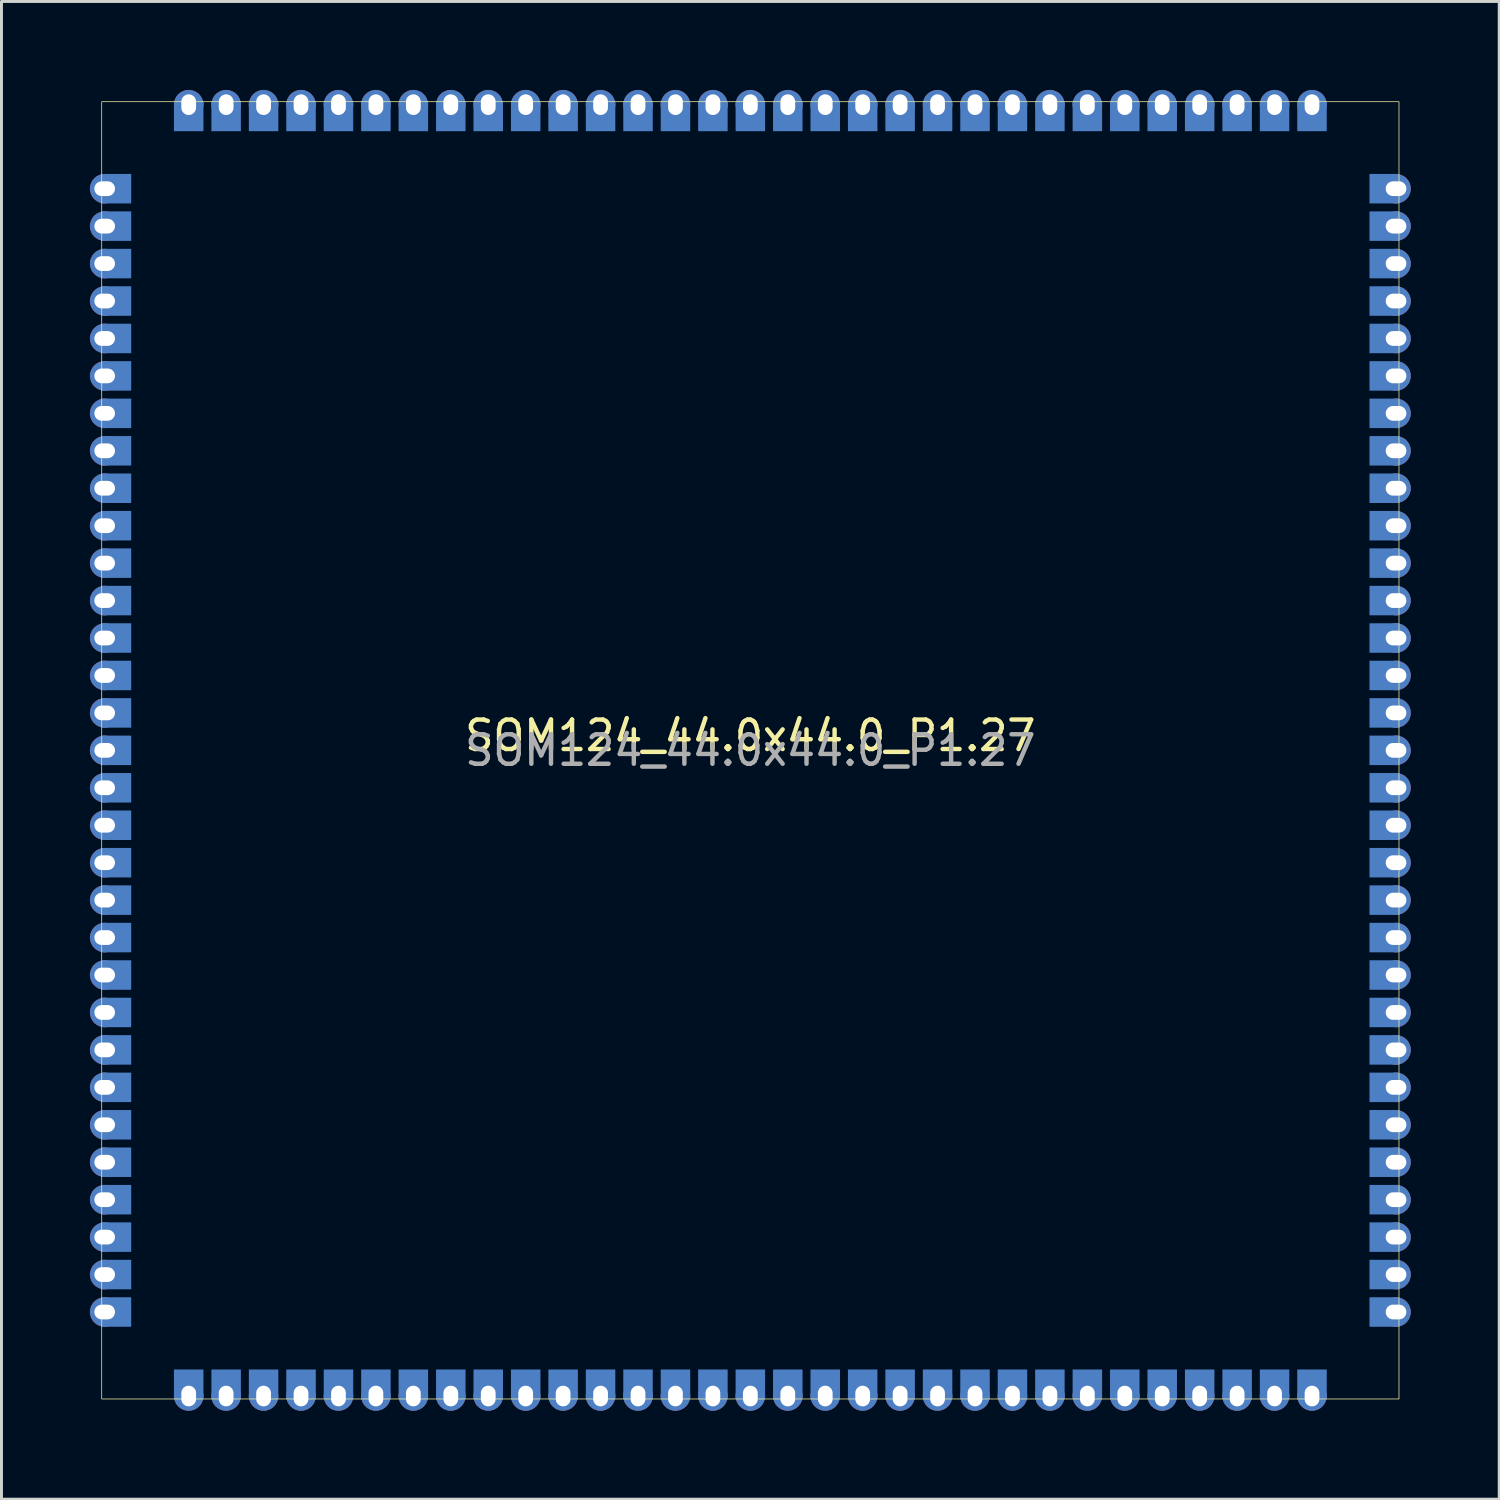
<source format=kicad_pcb>
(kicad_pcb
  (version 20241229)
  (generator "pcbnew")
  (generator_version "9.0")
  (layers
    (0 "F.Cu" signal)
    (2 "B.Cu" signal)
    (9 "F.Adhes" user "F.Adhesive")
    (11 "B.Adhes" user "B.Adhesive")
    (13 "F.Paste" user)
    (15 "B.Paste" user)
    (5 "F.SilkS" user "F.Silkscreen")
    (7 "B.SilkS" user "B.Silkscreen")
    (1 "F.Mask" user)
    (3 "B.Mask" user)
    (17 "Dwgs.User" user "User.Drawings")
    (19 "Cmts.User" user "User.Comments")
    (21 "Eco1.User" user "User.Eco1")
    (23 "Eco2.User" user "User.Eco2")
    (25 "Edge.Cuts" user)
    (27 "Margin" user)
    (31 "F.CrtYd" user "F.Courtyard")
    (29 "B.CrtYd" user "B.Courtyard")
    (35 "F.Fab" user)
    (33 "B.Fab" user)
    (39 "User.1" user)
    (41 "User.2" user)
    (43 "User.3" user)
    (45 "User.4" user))
  (footprint "SOM124_44.0x44.0_P1.27"
    (layer "F.Cu")
    (at 22.4 22.4)
    (property "Reference" "SOM124_44.0x44.0_P1.27" (at 0 -0.5 0) (unlocked yes) (layer "F.SilkS") (effects (font (size 1 1) (thickness 0.15))))
    (attr smd)
    (fp_rect (start -22 -22) (end 22 22) (stroke (width 0.025) (type solid)) (fill no) (layer "F.SilkS"))
    (fp_text user "${REFERENCE}" (at 0 0 0) (unlocked yes) (layer "F.Fab") (effects (font (size 1 1) (thickness 0.15))))
    (pad "1" thru_hole circle (at -21.9 -19.05) (size 1 1) (drill oval 0.7 0.5) (layers "*.Cu" "*.Mask"))
    (pad "1" smd rect (at -21.5 -19.05) (size 1 1) (layers "B.Cu" "B.Mask"))
    (pad "2" thru_hole circle (at -21.9 -17.78) (size 1 1) (drill oval 0.7 0.5) (layers "*.Cu" "*.Mask"))
    (pad "2" smd rect (at -21.5 -17.78) (size 1 1) (layers "B.Cu" "B.Mask"))
    (pad "3" thru_hole circle (at -21.9 -16.51) (size 1 1) (drill oval 0.7 0.5) (layers "*.Cu" "*.Mask"))
    (pad "3" smd rect (at -21.5 -16.51) (size 1 1) (layers "B.Cu" "B.Mask"))
    (pad "4" thru_hole circle (at -21.9 -15.24) (size 1 1) (drill oval 0.7 0.5) (layers "*.Cu" "*.Mask"))
    (pad "4" smd rect (at -21.5 -15.24) (size 1 1) (layers "B.Cu" "B.Mask"))
    (pad "5" thru_hole circle (at -21.9 -13.97) (size 1 1) (drill oval 0.7 0.5) (layers "*.Cu" "*.Mask"))
    (pad "5" smd rect (at -21.5 -13.97) (size 1 1) (layers "B.Cu" "B.Mask"))
    (pad "6" thru_hole circle (at -21.9 -12.7) (size 1 1) (drill oval 0.7 0.5) (layers "*.Cu" "*.Mask"))
    (pad "6" smd rect (at -21.5 -12.7) (size 1 1) (layers "B.Cu" "B.Mask"))
    (pad "7" thru_hole circle (at -21.9 -11.43) (size 1 1) (drill oval 0.7 0.5) (layers "*.Cu" "*.Mask"))
    (pad "7" smd rect (at -21.5 -11.43) (size 1 1) (layers "B.Cu" "B.Mask"))
    (pad "8" thru_hole circle (at -21.9 -10.16) (size 1 1) (drill oval 0.7 0.5) (layers "*.Cu" "*.Mask"))
    (pad "8" smd rect (at -21.5 -10.16) (size 1 1) (layers "B.Cu" "B.Mask"))
    (pad "9" thru_hole circle (at -21.9 -8.89) (size 1 1) (drill oval 0.7 0.5) (layers "*.Cu" "*.Mask"))
    (pad "9" smd rect (at -21.5 -8.89) (size 1 1) (layers "B.Cu" "B.Mask"))
    (pad "10" thru_hole circle (at -21.9 -7.62) (size 1 1) (drill oval 0.7 0.5) (layers "*.Cu" "*.Mask"))
    (pad "10" smd rect (at -21.5 -7.62) (size 1 1) (layers "B.Cu" "B.Mask"))
    (pad "11" thru_hole circle (at -21.9 -6.35) (size 1 1) (drill oval 0.7 0.5) (layers "*.Cu" "*.Mask"))
    (pad "11" smd rect (at -21.5 -6.35) (size 1 1) (layers "B.Cu" "B.Mask"))
    (pad "12" thru_hole circle (at -21.9 -5.08) (size 1 1) (drill oval 0.7 0.5) (layers "*.Cu" "*.Mask"))
    (pad "12" smd rect (at -21.5 -5.08) (size 1 1) (layers "B.Cu" "B.Mask"))
    (pad "13" thru_hole circle (at -21.9 -3.81) (size 1 1) (drill oval 0.7 0.5) (layers "*.Cu" "*.Mask"))
    (pad "13" smd rect (at -21.5 -3.81) (size 1 1) (layers "B.Cu" "B.Mask"))
    (pad "14" thru_hole circle (at -21.9 -2.54) (size 1 1) (drill oval 0.7 0.5) (layers "*.Cu" "*.Mask"))
    (pad "14" smd rect (at -21.5 -2.54) (size 1 1) (layers "B.Cu" "B.Mask"))
    (pad "15" thru_hole circle (at -21.9 -1.27) (size 1 1) (drill oval 0.7 0.5) (layers "*.Cu" "*.Mask"))
    (pad "15" smd rect (at -21.5 -1.27) (size 1 1) (layers "B.Cu" "B.Mask"))
    (pad "16" thru_hole circle (at -21.9 0) (size 1 1) (drill oval 0.7 0.5) (layers "*.Cu" "*.Mask"))
    (pad "16" smd rect (at -21.5 0) (size 1 1) (layers "B.Cu" "B.Mask"))
    (pad "17" thru_hole circle (at -21.9 1.27) (size 1 1) (drill oval 0.7 0.5) (layers "*.Cu" "*.Mask"))
    (pad "17" smd rect (at -21.5 1.27) (size 1 1) (layers "B.Cu" "B.Mask"))
    (pad "18" thru_hole circle (at -21.9 2.54) (size 1 1) (drill oval 0.7 0.5) (layers "*.Cu" "*.Mask"))
    (pad "18" smd rect (at -21.5 2.54) (size 1 1) (layers "B.Cu" "B.Mask"))
    (pad "19" thru_hole circle (at -21.9 3.81) (size 1 1) (drill oval 0.7 0.5) (layers "*.Cu" "*.Mask"))
    (pad "19" smd rect (at -21.5 3.81) (size 1 1) (layers "B.Cu" "B.Mask"))
    (pad "20" thru_hole circle (at -21.9 5.08) (size 1 1) (drill oval 0.7 0.5) (layers "*.Cu" "*.Mask"))
    (pad "20" smd rect (at -21.5 5.08) (size 1 1) (layers "B.Cu" "B.Mask"))
    (pad "21" thru_hole circle (at -21.9 6.35) (size 1 1) (drill oval 0.7 0.5) (layers "*.Cu" "*.Mask"))
    (pad "21" smd rect (at -21.5 6.35) (size 1 1) (layers "B.Cu" "B.Mask"))
    (pad "22" thru_hole circle (at -21.9 7.62) (size 1 1) (drill oval 0.7 0.5) (layers "*.Cu" "*.Mask"))
    (pad "22" smd rect (at -21.5 7.62) (size 1 1) (layers "B.Cu" "B.Mask"))
    (pad "23" thru_hole circle (at -21.9 8.89) (size 1 1) (drill oval 0.7 0.5) (layers "*.Cu" "*.Mask"))
    (pad "23" smd rect (at -21.5 8.89) (size 1 1) (layers "B.Cu" "B.Mask"))
    (pad "24" thru_hole circle (at -21.9 10.16) (size 1 1) (drill oval 0.7 0.5) (layers "*.Cu" "*.Mask"))
    (pad "24" smd rect (at -21.5 10.16) (size 1 1) (layers "B.Cu" "B.Mask"))
    (pad "25" thru_hole circle (at -21.9 11.43) (size 1 1) (drill oval 0.7 0.5) (layers "*.Cu" "*.Mask"))
    (pad "25" smd rect (at -21.5 11.43) (size 1 1) (layers "B.Cu" "B.Mask"))
    (pad "26" thru_hole circle (at -21.9 12.7) (size 1 1) (drill oval 0.7 0.5) (layers "*.Cu" "*.Mask"))
    (pad "26" smd rect (at -21.5 12.7) (size 1 1) (layers "B.Cu" "B.Mask"))
    (pad "27" thru_hole circle (at -21.9 13.97) (size 1 1) (drill oval 0.7 0.5) (layers "*.Cu" "*.Mask"))
    (pad "27" smd rect (at -21.5 13.97) (size 1 1) (layers "B.Cu" "B.Mask"))
    (pad "28" thru_hole circle (at -21.9 15.24) (size 1 1) (drill oval 0.7 0.5) (layers "*.Cu" "*.Mask"))
    (pad "28" smd rect (at -21.5 15.24) (size 1 1) (layers "B.Cu" "B.Mask"))
    (pad "29" thru_hole circle (at -21.9 16.51) (size 1 1) (drill oval 0.7 0.5) (layers "*.Cu" "*.Mask"))
    (pad "29" smd rect (at -21.5 16.51) (size 1 1) (layers "B.Cu" "B.Mask"))
    (pad "30" thru_hole circle (at -21.9 17.78) (size 1 1) (drill oval 0.7 0.5) (layers "*.Cu" "*.Mask"))
    (pad "30" smd rect (at -21.5 17.78) (size 1 1) (layers "B.Cu" "B.Mask"))
    (pad "31" thru_hole circle (at -21.9 19.05) (size 1 1) (drill oval 0.7 0.5) (layers "*.Cu" "*.Mask"))
    (pad "31" smd rect (at -21.5 19.05) (size 1 1) (layers "B.Cu" "B.Mask"))
    (pad "32" smd rect (at -19.05 21.5) (size 1 1) (layers "B.Cu" "B.Mask"))
    (pad "32" thru_hole circle (at -19.05 21.9 90) (size 1 1) (drill oval 0.7 0.5) (layers "*.Cu" "*.Mask"))
    (pad "33" smd rect (at -17.78 21.5) (size 1 1) (layers "B.Cu" "B.Mask"))
    (pad "33" thru_hole circle (at -17.78 21.9 90) (size 1 1) (drill oval 0.7 0.5) (layers "*.Cu" "*.Mask"))
    (pad "34" smd rect (at -16.51 21.5) (size 1 1) (layers "B.Cu" "B.Mask"))
    (pad "34" thru_hole circle (at -16.51 21.9 90) (size 1 1) (drill oval 0.7 0.5) (layers "*.Cu" "*.Mask"))
    (pad "35" smd rect (at -15.24 21.5) (size 1 1) (layers "B.Cu" "B.Mask"))
    (pad "35" thru_hole circle (at -15.24 21.9 90) (size 1 1) (drill oval 0.7 0.5) (layers "*.Cu" "*.Mask"))
    (pad "36" smd rect (at -13.97 21.5) (size 1 1) (layers "B.Cu" "B.Mask"))
    (pad "36" thru_hole circle (at -13.97 21.9 90) (size 1 1) (drill oval 0.7 0.5) (layers "*.Cu" "*.Mask"))
    (pad "37" smd rect (at -12.7 21.5) (size 1 1) (layers "B.Cu" "B.Mask"))
    (pad "37" thru_hole circle (at -12.7 21.9 90) (size 1 1) (drill oval 0.7 0.5) (layers "*.Cu" "*.Mask"))
    (pad "38" smd rect (at -11.43 21.5) (size 1 1) (layers "B.Cu" "B.Mask"))
    (pad "38" thru_hole circle (at -11.43 21.9 90) (size 1 1) (drill oval 0.7 0.5) (layers "*.Cu" "*.Mask"))
    (pad "39" smd rect (at -10.16 21.5) (size 1 1) (layers "B.Cu" "B.Mask"))
    (pad "39" thru_hole circle (at -10.16 21.9 90) (size 1 1) (drill oval 0.7 0.5) (layers "*.Cu" "*.Mask"))
    (pad "40" smd rect (at -8.89 21.5) (size 1 1) (layers "B.Cu" "B.Mask"))
    (pad "40" thru_hole circle (at -8.89 21.9 90) (size 1 1) (drill oval 0.7 0.5) (layers "*.Cu" "*.Mask"))
    (pad "41" smd rect (at -7.62 21.5) (size 1 1) (layers "B.Cu" "B.Mask"))
    (pad "41" thru_hole circle (at -7.62 21.9 90) (size 1 1) (drill oval 0.7 0.5) (layers "*.Cu" "*.Mask"))
    (pad "42" smd rect (at -6.35 21.5) (size 1 1) (layers "B.Cu" "B.Mask"))
    (pad "42" thru_hole circle (at -6.35 21.9 90) (size 1 1) (drill oval 0.7 0.5) (layers "*.Cu" "*.Mask"))
    (pad "43" smd rect (at -5.08 21.5) (size 1 1) (layers "B.Cu" "B.Mask"))
    (pad "43" thru_hole circle (at -5.08 21.9 90) (size 1 1) (drill oval 0.7 0.5) (layers "*.Cu" "*.Mask"))
    (pad "44" smd rect (at -3.81 21.5) (size 1 1) (layers "B.Cu" "B.Mask"))
    (pad "44" thru_hole circle (at -3.81 21.9 90) (size 1 1) (drill oval 0.7 0.5) (layers "*.Cu" "*.Mask"))
    (pad "45" smd rect (at -2.54 21.5) (size 1 1) (layers "B.Cu" "B.Mask"))
    (pad "45" thru_hole circle (at -2.54 21.9 90) (size 1 1) (drill oval 0.7 0.5) (layers "*.Cu" "*.Mask"))
    (pad "46" smd rect (at -1.27 21.5) (size 1 1) (layers "B.Cu" "B.Mask"))
    (pad "46" thru_hole circle (at -1.27 21.9 90) (size 1 1) (drill oval 0.7 0.5) (layers "*.Cu" "*.Mask"))
    (pad "47" smd rect (at 0 21.5) (size 1 1) (layers "B.Cu" "B.Mask"))
    (pad "47" thru_hole circle (at 0 21.9 90) (size 1 1) (drill oval 0.7 0.5) (layers "*.Cu" "*.Mask"))
    (pad "48" smd rect (at 1.27 21.5) (size 1 1) (layers "B.Cu" "B.Mask"))
    (pad "48" thru_hole circle (at 1.27 21.9 90) (size 1 1) (drill oval 0.7 0.5) (layers "*.Cu" "*.Mask"))
    (pad "49" smd rect (at 2.54 21.5) (size 1 1) (layers "B.Cu" "B.Mask"))
    (pad "49" thru_hole circle (at 2.54 21.9 90) (size 1 1) (drill oval 0.7 0.5) (layers "*.Cu" "*.Mask"))
    (pad "50" smd rect (at 3.81 21.5) (size 1 1) (layers "B.Cu" "B.Mask"))
    (pad "50" thru_hole circle (at 3.81 21.9 90) (size 1 1) (drill oval 0.7 0.5) (layers "*.Cu" "*.Mask"))
    (pad "51" smd rect (at 5.08 21.5) (size 1 1) (layers "B.Cu" "B.Mask"))
    (pad "51" thru_hole circle (at 5.08 21.9 90) (size 1 1) (drill oval 0.7 0.5) (layers "*.Cu" "*.Mask"))
    (pad "52" smd rect (at 6.35 21.5) (size 1 1) (layers "B.Cu" "B.Mask"))
    (pad "52" thru_hole circle (at 6.35 21.9 90) (size 1 1) (drill oval 0.7 0.5) (layers "*.Cu" "*.Mask"))
    (pad "53" smd rect (at 7.62 21.5) (size 1 1) (layers "B.Cu" "B.Mask"))
    (pad "53" thru_hole circle (at 7.62 21.9 90) (size 1 1) (drill oval 0.7 0.5) (layers "*.Cu" "*.Mask"))
    (pad "54" smd rect (at 8.89 21.5) (size 1 1) (layers "B.Cu" "B.Mask"))
    (pad "54" thru_hole circle (at 8.89 21.9 90) (size 1 1) (drill oval 0.7 0.5) (layers "*.Cu" "*.Mask"))
    (pad "55" smd rect (at 10.16 21.5) (size 1 1) (layers "B.Cu" "B.Mask"))
    (pad "55" thru_hole circle (at 10.16 21.9 90) (size 1 1) (drill oval 0.7 0.5) (layers "*.Cu" "*.Mask"))
    (pad "56" smd rect (at 11.43 21.5) (size 1 1) (layers "B.Cu" "B.Mask"))
    (pad "56" thru_hole circle (at 11.43 21.9 90) (size 1 1) (drill oval 0.7 0.5) (layers "*.Cu" "*.Mask"))
    (pad "57" smd rect (at 12.7 21.5) (size 1 1) (layers "B.Cu" "B.Mask"))
    (pad "57" thru_hole circle (at 12.7 21.9 90) (size 1 1) (drill oval 0.7 0.5) (layers "*.Cu" "*.Mask"))
    (pad "58" smd rect (at 13.97 21.5) (size 1 1) (layers "B.Cu" "B.Mask"))
    (pad "58" thru_hole circle (at 13.97 21.9 90) (size 1 1) (drill oval 0.7 0.5) (layers "*.Cu" "*.Mask"))
    (pad "59" smd rect (at 15.24 21.5) (size 1 1) (layers "B.Cu" "B.Mask"))
    (pad "59" thru_hole circle (at 15.24 21.9 90) (size 1 1) (drill oval 0.7 0.5) (layers "*.Cu" "*.Mask"))
    (pad "60" smd rect (at 16.51 21.5) (size 1 1) (layers "B.Cu" "B.Mask"))
    (pad "60" thru_hole circle (at 16.51 21.9 90) (size 1 1) (drill oval 0.7 0.5) (layers "*.Cu" "*.Mask"))
    (pad "61" smd rect (at 17.78 21.5) (size 1 1) (layers "B.Cu" "B.Mask"))
    (pad "61" thru_hole circle (at 17.78 21.9 90) (size 1 1) (drill oval 0.7 0.5) (layers "*.Cu" "*.Mask"))
    (pad "62" smd rect (at 19.05 21.5) (size 1 1) (layers "B.Cu" "B.Mask"))
    (pad "62" thru_hole circle (at 19.05 21.9 90) (size 1 1) (drill oval 0.7 0.5) (layers "*.Cu" "*.Mask"))
    (pad "63" smd rect (at 21.5 19.05) (size 1 1) (layers "B.Cu" "B.Mask"))
    (pad "63" thru_hole circle (at 21.9 19.05) (size 1 1) (drill oval 0.7 0.5) (layers "*.Cu" "*.Mask"))
    (pad "64" smd rect (at 21.5 17.78) (size 1 1) (layers "B.Cu" "B.Mask"))
    (pad "64" thru_hole circle (at 21.9 17.78) (size 1 1) (drill oval 0.7 0.5) (layers "*.Cu" "*.Mask"))
    (pad "65" smd rect (at 21.5 16.51) (size 1 1) (layers "B.Cu" "B.Mask"))
    (pad "65" thru_hole circle (at 21.9 16.51) (size 1 1) (drill oval 0.7 0.5) (layers "*.Cu" "*.Mask"))
    (pad "66" smd rect (at 21.5 15.24) (size 1 1) (layers "B.Cu" "B.Mask"))
    (pad "66" thru_hole circle (at 21.9 15.24) (size 1 1) (drill oval 0.7 0.5) (layers "*.Cu" "*.Mask"))
    (pad "67" smd rect (at 21.5 13.97) (size 1 1) (layers "B.Cu" "B.Mask"))
    (pad "67" thru_hole circle (at 21.9 13.97) (size 1 1) (drill oval 0.7 0.5) (layers "*.Cu" "*.Mask"))
    (pad "68" smd rect (at 21.5 12.7) (size 1 1) (layers "B.Cu" "B.Mask"))
    (pad "68" thru_hole circle (at 21.9 12.7) (size 1 1) (drill oval 0.7 0.5) (layers "*.Cu" "*.Mask"))
    (pad "69" smd rect (at 21.5 11.43) (size 1 1) (layers "B.Cu" "B.Mask"))
    (pad "69" thru_hole circle (at 21.9 11.43) (size 1 1) (drill oval 0.7 0.5) (layers "*.Cu" "*.Mask"))
    (pad "70" smd rect (at 21.5 10.16) (size 1 1) (layers "B.Cu" "B.Mask"))
    (pad "70" thru_hole circle (at 21.9 10.16) (size 1 1) (drill oval 0.7 0.5) (layers "*.Cu" "*.Mask"))
    (pad "71" smd rect (at 21.5 8.89) (size 1 1) (layers "B.Cu" "B.Mask"))
    (pad "71" thru_hole circle (at 21.9 8.89) (size 1 1) (drill oval 0.7 0.5) (layers "*.Cu" "*.Mask"))
    (pad "72" smd rect (at 21.5 7.62) (size 1 1) (layers "B.Cu" "B.Mask"))
    (pad "72" thru_hole circle (at 21.9 7.62) (size 1 1) (drill oval 0.7 0.5) (layers "*.Cu" "*.Mask"))
    (pad "73" smd rect (at 21.5 6.35) (size 1 1) (layers "B.Cu" "B.Mask"))
    (pad "73" thru_hole circle (at 21.9 6.35) (size 1 1) (drill oval 0.7 0.5) (layers "*.Cu" "*.Mask"))
    (pad "74" smd rect (at 21.5 5.08) (size 1 1) (layers "B.Cu" "B.Mask"))
    (pad "74" thru_hole circle (at 21.9 5.08) (size 1 1) (drill oval 0.7 0.5) (layers "*.Cu" "*.Mask"))
    (pad "75" smd rect (at 21.5 3.81) (size 1 1) (layers "B.Cu" "B.Mask"))
    (pad "75" thru_hole circle (at 21.9 3.81) (size 1 1) (drill oval 0.7 0.5) (layers "*.Cu" "*.Mask"))
    (pad "76" smd rect (at 21.5 2.54) (size 1 1) (layers "B.Cu" "B.Mask"))
    (pad "76" thru_hole circle (at 21.9 2.54) (size 1 1) (drill oval 0.7 0.5) (layers "*.Cu" "*.Mask"))
    (pad "77" smd rect (at 21.5 1.27) (size 1 1) (layers "B.Cu" "B.Mask"))
    (pad "77" thru_hole circle (at 21.9 1.27) (size 1 1) (drill oval 0.7 0.5) (layers "*.Cu" "*.Mask"))
    (pad "78" smd rect (at 21.5 0) (size 1 1) (layers "B.Cu" "B.Mask"))
    (pad "78" thru_hole circle (at 21.9 0) (size 1 1) (drill oval 0.7 0.5) (layers "*.Cu" "*.Mask"))
    (pad "79" smd rect (at 21.5 -1.27) (size 1 1) (layers "B.Cu" "B.Mask"))
    (pad "79" thru_hole circle (at 21.9 -1.27) (size 1 1) (drill oval 0.7 0.5) (layers "*.Cu" "*.Mask"))
    (pad "80" smd rect (at 21.5 -2.54) (size 1 1) (layers "B.Cu" "B.Mask"))
    (pad "80" thru_hole circle (at 21.9 -2.54) (size 1 1) (drill oval 0.7 0.5) (layers "*.Cu" "*.Mask"))
    (pad "81" smd rect (at 21.5 -3.81) (size 1 1) (layers "B.Cu" "B.Mask"))
    (pad "81" thru_hole circle (at 21.9 -3.81) (size 1 1) (drill oval 0.7 0.5) (layers "*.Cu" "*.Mask"))
    (pad "82" smd rect (at 21.5 -5.08) (size 1 1) (layers "B.Cu" "B.Mask"))
    (pad "82" thru_hole circle (at 21.9 -5.08) (size 1 1) (drill oval 0.7 0.5) (layers "*.Cu" "*.Mask"))
    (pad "83" smd rect (at 21.5 -6.35) (size 1 1) (layers "B.Cu" "B.Mask"))
    (pad "83" thru_hole circle (at 21.9 -6.35) (size 1 1) (drill oval 0.7 0.5) (layers "*.Cu" "*.Mask"))
    (pad "84" smd rect (at 21.5 -7.62) (size 1 1) (layers "B.Cu" "B.Mask"))
    (pad "84" thru_hole circle (at 21.9 -7.62) (size 1 1) (drill oval 0.7 0.5) (layers "*.Cu" "*.Mask"))
    (pad "85" smd rect (at 21.5 -8.89) (size 1 1) (layers "B.Cu" "B.Mask"))
    (pad "85" thru_hole circle (at 21.9 -8.89) (size 1 1) (drill oval 0.7 0.5) (layers "*.Cu" "*.Mask"))
    (pad "86" smd rect (at 21.5 -10.16) (size 1 1) (layers "B.Cu" "B.Mask"))
    (pad "86" thru_hole circle (at 21.9 -10.16) (size 1 1) (drill oval 0.7 0.5) (layers "*.Cu" "*.Mask"))
    (pad "87" smd rect (at 21.5 -11.43) (size 1 1) (layers "B.Cu" "B.Mask"))
    (pad "87" thru_hole circle (at 21.9 -11.43) (size 1 1) (drill oval 0.7 0.5) (layers "*.Cu" "*.Mask"))
    (pad "88" smd rect (at 21.5 -12.7) (size 1 1) (layers "B.Cu" "B.Mask"))
    (pad "88" thru_hole circle (at 21.9 -12.7) (size 1 1) (drill oval 0.7 0.5) (layers "*.Cu" "*.Mask"))
    (pad "89" smd rect (at 21.5 -13.97) (size 1 1) (layers "B.Cu" "B.Mask"))
    (pad "89" thru_hole circle (at 21.9 -13.97) (size 1 1) (drill oval 0.7 0.5) (layers "*.Cu" "*.Mask"))
    (pad "90" smd rect (at 21.5 -15.24) (size 1 1) (layers "B.Cu" "B.Mask"))
    (pad "90" thru_hole circle (at 21.9 -15.24) (size 1 1) (drill oval 0.7 0.5) (layers "*.Cu" "*.Mask"))
    (pad "91" smd rect (at 21.5 -16.51) (size 1 1) (layers "B.Cu" "B.Mask"))
    (pad "91" thru_hole circle (at 21.9 -16.51) (size 1 1) (drill oval 0.7 0.5) (layers "*.Cu" "*.Mask"))
    (pad "92" smd rect (at 21.5 -17.78) (size 1 1) (layers "B.Cu" "B.Mask"))
    (pad "92" thru_hole circle (at 21.9 -17.78) (size 1 1) (drill oval 0.7 0.5) (layers "*.Cu" "*.Mask"))
    (pad "93" smd rect (at 21.5 -19.05) (size 1 1) (layers "B.Cu" "B.Mask"))
    (pad "93" thru_hole circle (at 21.9 -19.05) (size 1 1) (drill oval 0.7 0.5) (layers "*.Cu" "*.Mask"))
    (pad "94" thru_hole circle (at 19.05 -21.9 90) (size 1 1) (drill oval 0.7 0.5) (layers "*.Cu" "*.Mask"))
    (pad "94" smd rect (at 19.05 -21.5) (size 1 1) (layers "B.Cu" "B.Mask"))
    (pad "95" thru_hole circle (at 17.78 -21.9 90) (size 1 1) (drill oval 0.7 0.5) (layers "*.Cu" "*.Mask"))
    (pad "95" smd rect (at 17.78 -21.5) (size 1 1) (layers "B.Cu" "B.Mask"))
    (pad "96" thru_hole circle (at 16.51 -21.9 90) (size 1 1) (drill oval 0.7 0.5) (layers "*.Cu" "*.Mask"))
    (pad "96" smd rect (at 16.51 -21.5) (size 1 1) (layers "B.Cu" "B.Mask"))
    (pad "97" thru_hole circle (at 15.24 -21.9 90) (size 1 1) (drill oval 0.7 0.5) (layers "*.Cu" "*.Mask"))
    (pad "97" smd rect (at 15.24 -21.5) (size 1 1) (layers "B.Cu" "B.Mask"))
    (pad "98" thru_hole circle (at 13.97 -21.9 90) (size 1 1) (drill oval 0.7 0.5) (layers "*.Cu" "*.Mask"))
    (pad "98" smd rect (at 13.97 -21.5) (size 1 1) (layers "B.Cu" "B.Mask"))
    (pad "99" thru_hole circle (at 12.7 -21.9 90) (size 1 1) (drill oval 0.7 0.5) (layers "*.Cu" "*.Mask"))
    (pad "99" smd rect (at 12.7 -21.5) (size 1 1) (layers "B.Cu" "B.Mask"))
    (pad "100" thru_hole circle (at 11.43 -21.9 90) (size 1 1) (drill oval 0.7 0.5) (layers "*.Cu" "*.Mask"))
    (pad "100" smd rect (at 11.43 -21.5) (size 1 1) (layers "B.Cu" "B.Mask"))
    (pad "101" thru_hole circle (at 10.16 -21.9 90) (size 1 1) (drill oval 0.7 0.5) (layers "*.Cu" "*.Mask"))
    (pad "101" smd rect (at 10.16 -21.5) (size 1 1) (layers "B.Cu" "B.Mask"))
    (pad "102" thru_hole circle (at 8.89 -21.9 90) (size 1 1) (drill oval 0.7 0.5) (layers "*.Cu" "*.Mask"))
    (pad "102" smd rect (at 8.89 -21.5) (size 1 1) (layers "B.Cu" "B.Mask"))
    (pad "103" thru_hole circle (at 7.62 -21.9 90) (size 1 1) (drill oval 0.7 0.5) (layers "*.Cu" "*.Mask"))
    (pad "103" smd rect (at 7.62 -21.5) (size 1 1) (layers "B.Cu" "B.Mask"))
    (pad "104" thru_hole circle (at 6.35 -21.9 90) (size 1 1) (drill oval 0.7 0.5) (layers "*.Cu" "*.Mask"))
    (pad "104" smd rect (at 6.35 -21.5) (size 1 1) (layers "B.Cu" "B.Mask"))
    (pad "105" thru_hole circle (at 5.08 -21.9 90) (size 1 1) (drill oval 0.7 0.5) (layers "*.Cu" "*.Mask"))
    (pad "105" smd rect (at 5.08 -21.5) (size 1 1) (layers "B.Cu" "B.Mask"))
    (pad "106" thru_hole circle (at 3.81 -21.9 90) (size 1 1) (drill oval 0.7 0.5) (layers "*.Cu" "*.Mask"))
    (pad "106" smd rect (at 3.81 -21.5) (size 1 1) (layers "B.Cu" "B.Mask"))
    (pad "107" thru_hole circle (at 2.54 -21.9 90) (size 1 1) (drill oval 0.7 0.5) (layers "*.Cu" "*.Mask"))
    (pad "107" smd rect (at 2.54 -21.5) (size 1 1) (layers "B.Cu" "B.Mask"))
    (pad "108" thru_hole circle (at 1.27 -21.9 90) (size 1 1) (drill oval 0.7 0.5) (layers "*.Cu" "*.Mask"))
    (pad "108" smd rect (at 1.27 -21.5) (size 1 1) (layers "B.Cu" "B.Mask"))
    (pad "109" thru_hole circle (at 0 -21.9 90) (size 1 1) (drill oval 0.7 0.5) (layers "*.Cu" "*.Mask"))
    (pad "109" smd rect (at 0 -21.5) (size 1 1) (layers "B.Cu" "B.Mask"))
    (pad "110" thru_hole circle (at -1.27 -21.9 90) (size 1 1) (drill oval 0.7 0.5) (layers "*.Cu" "*.Mask"))
    (pad "110" smd rect (at -1.27 -21.5) (size 1 1) (layers "B.Cu" "B.Mask"))
    (pad "111" thru_hole circle (at -2.54 -21.9 90) (size 1 1) (drill oval 0.7 0.5) (layers "*.Cu" "*.Mask"))
    (pad "111" smd rect (at -2.54 -21.5) (size 1 1) (layers "B.Cu" "B.Mask"))
    (pad "112" thru_hole circle (at -3.81 -21.9 90) (size 1 1) (drill oval 0.7 0.5) (layers "*.Cu" "*.Mask"))
    (pad "112" smd rect (at -3.81 -21.5) (size 1 1) (layers "B.Cu" "B.Mask"))
    (pad "113" thru_hole circle (at -5.08 -21.9 90) (size 1 1) (drill oval 0.7 0.5) (layers "*.Cu" "*.Mask"))
    (pad "113" smd rect (at -5.08 -21.5) (size 1 1) (layers "B.Cu" "B.Mask"))
    (pad "114" thru_hole circle (at -6.35 -21.9 90) (size 1 1) (drill oval 0.7 0.5) (layers "*.Cu" "*.Mask"))
    (pad "114" smd rect (at -6.35 -21.5) (size 1 1) (layers "B.Cu" "B.Mask"))
    (pad "115" thru_hole circle (at -7.62 -21.9 90) (size 1 1) (drill oval 0.7 0.5) (layers "*.Cu" "*.Mask"))
    (pad "115" smd rect (at -7.62 -21.5) (size 1 1) (layers "B.Cu" "B.Mask"))
    (pad "116" thru_hole circle (at -8.89 -21.9 90) (size 1 1) (drill oval 0.7 0.5) (layers "*.Cu" "*.Mask"))
    (pad "116" smd rect (at -8.89 -21.5) (size 1 1) (layers "B.Cu" "B.Mask"))
    (pad "117" thru_hole circle (at -10.16 -21.9 90) (size 1 1) (drill oval 0.7 0.5) (layers "*.Cu" "*.Mask"))
    (pad "117" smd rect (at -10.16 -21.5) (size 1 1) (layers "B.Cu" "B.Mask"))
    (pad "118" thru_hole circle (at -11.43 -21.9 90) (size 1 1) (drill oval 0.7 0.5) (layers "*.Cu" "*.Mask"))
    (pad "118" smd rect (at -11.43 -21.5) (size 1 1) (layers "B.Cu" "B.Mask"))
    (pad "119" thru_hole circle (at -12.7 -21.9 90) (size 1 1) (drill oval 0.7 0.5) (layers "*.Cu" "*.Mask"))
    (pad "119" smd rect (at -12.7 -21.5) (size 1 1) (layers "B.Cu" "B.Mask"))
    (pad "120" thru_hole circle (at -13.97 -21.9 90) (size 1 1) (drill oval 0.7 0.5) (layers "*.Cu" "*.Mask"))
    (pad "120" smd rect (at -13.97 -21.5) (size 1 1) (layers "B.Cu" "B.Mask"))
    (pad "121" thru_hole circle (at -15.24 -21.9 90) (size 1 1) (drill oval 0.7 0.5) (layers "*.Cu" "*.Mask"))
    (pad "121" smd rect (at -15.24 -21.5) (size 1 1) (layers "B.Cu" "B.Mask"))
    (pad "122" thru_hole circle (at -16.51 -21.9 90) (size 1 1) (drill oval 0.7 0.5) (layers "*.Cu" "*.Mask"))
    (pad "122" smd rect (at -16.51 -21.5) (size 1 1) (layers "B.Cu" "B.Mask"))
    (pad "123" thru_hole circle (at -17.78 -21.9 90) (size 1 1) (drill oval 0.7 0.5) (layers "*.Cu" "*.Mask"))
    (pad "123" smd rect (at -17.78 -21.5) (size 1 1) (layers "B.Cu" "B.Mask"))
    (pad "124" thru_hole circle (at -19.05 -21.9 90) (size 1 1) (drill oval 0.7 0.5) (layers "*.Cu" "*.Mask"))
    (pad "124" smd rect (at -19.05 -21.5) (size 1 1) (layers "B.Cu" "B.Mask")))
  (gr_rect
    (start -3 -3)
    (end 47.8 47.8)
    (stroke (width 0.1) (type default))
    (fill no)
    (layer "Edge.Cuts")))
</source>
